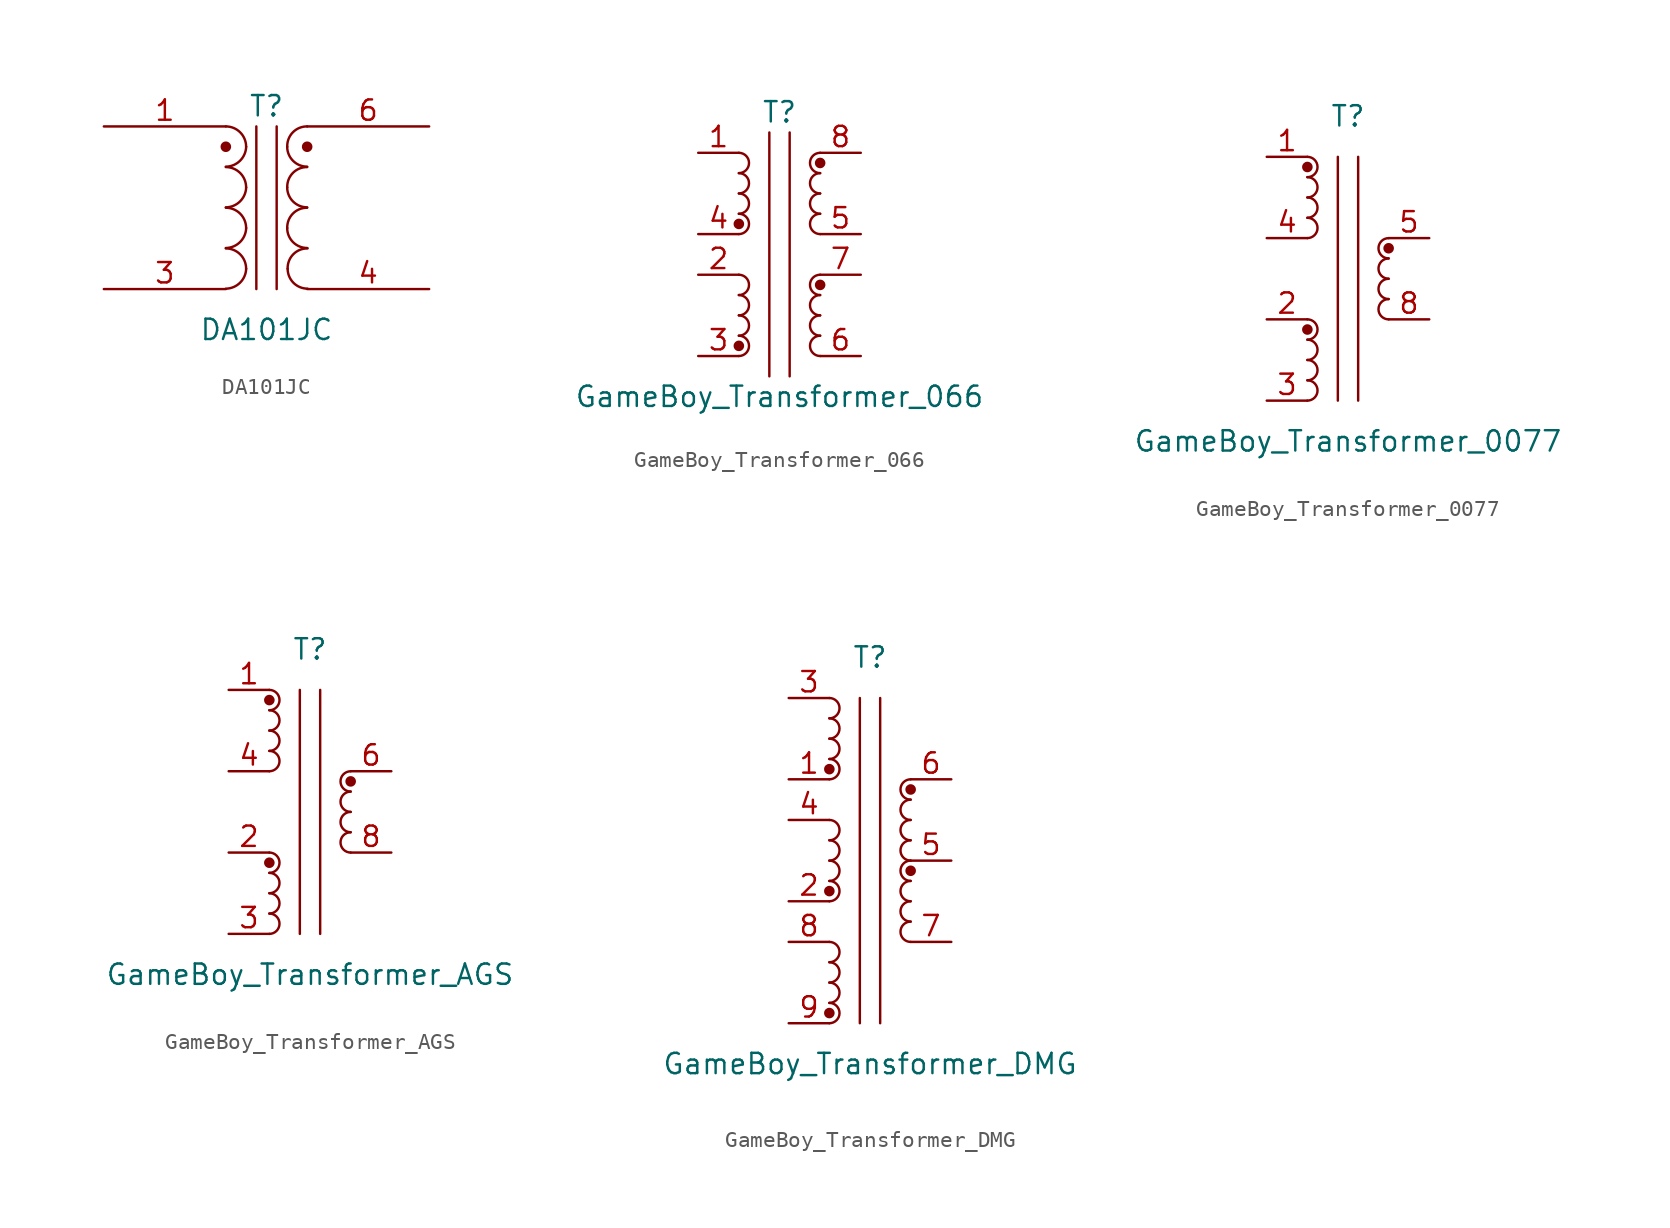
<source format=kicad_sym>
(kicad_symbol_lib
  (version 20241209)
  (generator "kicad_symbol_editor")
  (generator_version "9.0")
  (symbol "DA101JC"
    (pin_names
      (offset 1.016)
      (hide yes))
    (property "Reference" "T"
      (at 0 6.35 0)
      (effects (font (size 1.27 1.27))))
    (property "Value" "DA101JC"
      (at 0 -7.62 0)
      (effects (font (size 1.27 1.27))))
    (symbol "DA101JC_0_1"
      (arc (start -1.27 3.81) (mid -1.656 2.9336) (end -2.54 2.5654) (stroke (width 0) (type default)) (fill (type none)))
      (arc (start -1.27 1.27) (mid -1.656 0.3936) (end -2.54 0.0254) (stroke (width 0) (type default)) (fill (type none)))
      (arc (start -1.27 -1.27) (mid -1.656 -2.1464) (end -2.54 -2.5146) (stroke (width 0) (type default)) (fill (type none)))
      (arc (start -1.27 -3.81) (mid -1.656 -4.6864) (end -2.54 -5.0546) (stroke (width 0) (type default)) (fill (type none)))
      (arc (start -2.54 5.08) (mid -1.642 4.708) (end -1.27 3.81) (stroke (width 0) (type default)) (fill (type none)))
      (arc (start -2.54 2.54) (mid -1.642 2.168) (end -1.27 1.27) (stroke (width 0) (type default)) (fill (type none)))
      (arc (start -2.54 0) (mid -1.642 -0.372) (end -1.27 -1.27) (stroke (width 0) (type default)) (fill (type none)))
      (arc (start -2.54 -2.54) (mid -1.642 -2.912) (end -1.27 -3.81) (stroke (width 0) (type default)) (fill (type none)))
      (polyline (pts (xy -0.635 5.08) (xy -0.635 -5.08)) (stroke (width 0) (type default)) (fill (type none)))
      (polyline (pts (xy 0.635 -5.08) (xy 0.635 5.08)) (stroke (width 0) (type default)) (fill (type none)))
      (arc (start 1.2954 3.81) (mid 1.6457 4.7117) (end 2.54 5.08) (stroke (width 0) (type default)) (fill (type none)))
      (arc (start 1.2954 1.27) (mid 1.6457 2.1717) (end 2.54 2.54) (stroke (width 0) (type default)) (fill (type none)))
      (arc (start 1.2954 -1.27) (mid 1.6457 -0.3683) (end 2.54 0) (stroke (width 0) (type default)) (fill (type none)))
      (arc (start 2.54 2.5654) (mid 1.6599 2.9299) (end 1.2954 3.81) (stroke (width 0) (type default)) (fill (type none)))
      (arc (start 2.54 0.0254) (mid 1.6599 0.3899) (end 1.2954 1.27) (stroke (width 0) (type default)) (fill (type none)))
      (arc (start 2.54 -2.5146) (mid 1.6599 -2.1501) (end 1.2954 -1.27) (stroke (width 0) (type default)) (fill (type none)))
      (arc (start 1.3208 -3.81) (mid 1.6711 -2.9085) (end 2.5654 -2.54) (stroke (width 0) (type default)) (fill (type none)))
      (arc (start 2.5654 -5.0546) (mid 1.6851 -4.6902) (end 1.3208 -3.81) (stroke (width 0) (type default)) (fill (type none))))
    (symbol "DA101JC_1_1"
      (circle (center -2.54 3.81) (radius 0.254) (stroke (width 0) (type default)) (fill (type outline)))
      (circle (center 2.54 3.81) (radius 0.254) (stroke (width 0) (type default)) (fill (type outline)))
      (pin passive line (at -10.16 5.08 0) (length 7.62) (name "1" (effects (font (size 1.27 1.27)))) (number "1" (effects (font (size 1.27 1.27)))))
      (pin passive line (at -10.16 -5.08 0) (length 7.62) (name "3" (effects (font (size 1.27 1.27)))) (number "3" (effects (font (size 1.27 1.27)))))
      (pin no_connect line (at -2.54 2.54 0) (length 7.62) (hide yes) (name "NC" (effects (font (size 1.27 1.27)))) (number "2" (effects (font (size 1.27 1.27)))))
      (pin no_connect line (at 2.54 -2.54 180) (length 7.62) (hide yes) (name "5" (effects (font (size 1.27 1.27)))) (number "5" (effects (font (size 1.27 1.27)))))
      (pin passive line (at 10.16 5.08 180) (length 7.62) (name "6" (effects (font (size 1.27 1.27)))) (number "6" (effects (font (size 1.27 1.27)))))
      (pin passive line (at 10.16 -5.08 180) (length 7.62) (name "4" (effects (font (size 1.27 1.27)))) (number "4" (effects (font (size 1.27 1.27)))))))
  (symbol "GameBoy_Transformer_066"
    (property "Reference" "T"
      (at 0 8.89 0)
      (effects (font (size 1.27 1.27))))
    (property "Value" "GameBoy_Transformer_066"
      (at 0 -8.89 0)
      (effects (font (size 1.27 1.27))))
    (symbol "GameBoy_Transformer_066_0_1"
      (arc (start -2.54 6.35) (mid -1.9077 5.715) (end -2.54 5.08) (stroke (width 0) (type default)) (fill (type none)))
      (arc (start -2.54 5.08) (mid -1.9077 4.445) (end -2.54 3.81) (stroke (width 0) (type default)) (fill (type none)))
      (arc (start -2.54 3.81) (mid -1.9077 3.175) (end -2.54 2.54) (stroke (width 0) (type default)) (fill (type none)))
      (arc (start -2.54 2.54) (mid -1.9077 1.905) (end -2.54 1.27) (stroke (width 0) (type default)) (fill (type none)))
      (arc (start -2.54 -1.27) (mid -1.9077 -1.905) (end -2.54 -2.54) (stroke (width 0) (type default)) (fill (type none)))
      (arc (start -2.54 -2.54) (mid -1.9077 -3.175) (end -2.54 -3.81) (stroke (width 0) (type default)) (fill (type none)))
      (arc (start -2.54 -3.81) (mid -1.9077 -4.445) (end -2.54 -5.08) (stroke (width 0) (type default)) (fill (type none)))
      (arc (start -2.54 -5.08) (mid -1.9077 -5.715) (end -2.54 -6.35) (stroke (width 0) (type default)) (fill (type none)))
      (circle (center -2.54 1.905) (radius 0.254) (stroke (width 0) (type default)) (fill (type outline)))
      (circle (center -2.54 -5.715) (radius 0.254) (stroke (width 0) (type default)) (fill (type outline)))
      (polyline (pts (xy -0.635 7.62) (xy -0.635 -7.62)) (stroke (width 0) (type default)) (fill (type none)))
      (polyline (pts (xy 0.635 -7.62) (xy 0.635 7.62)) (stroke (width 0) (type default)) (fill (type none)))
      (circle (center 2.54 5.715) (radius 0.254) (stroke (width 0) (type default)) (fill (type outline)))
      (circle (center 2.54 -1.905) (radius 0.254) (stroke (width 0) (type default)) (fill (type outline)))
      (arc (start 2.54 5.08) (mid 1.9077 5.715) (end 2.54 6.35) (stroke (width 0) (type default)) (fill (type none)))
      (arc (start 2.54 3.81) (mid 1.9077 4.445) (end 2.54 5.08) (stroke (width 0) (type default)) (fill (type none)))
      (arc (start 2.54 2.54) (mid 1.9077 3.175) (end 2.54 3.81) (stroke (width 0) (type default)) (fill (type none)))
      (arc (start 2.54 1.27) (mid 1.9077 1.905) (end 2.54 2.54) (stroke (width 0) (type default)) (fill (type none)))
      (arc (start 2.54 -2.54) (mid 1.9077 -1.905) (end 2.54 -1.27) (stroke (width 0) (type default)) (fill (type none)))
      (arc (start 2.54 -3.81) (mid 1.9077 -3.175) (end 2.54 -2.54) (stroke (width 0) (type default)) (fill (type none)))
      (arc (start 2.54 -5.08) (mid 1.9077 -4.445) (end 2.54 -3.81) (stroke (width 0) (type default)) (fill (type none)))
      (arc (start 2.54 -6.35) (mid 1.9077 -5.715) (end 2.54 -5.08) (stroke (width 0) (type default)) (fill (type none))))
    (symbol "GameBoy_Transformer_066_1_1"
      (pin passive line (at -5.08 6.35 0) (length 2.54) (name "~" (effects (font (size 1.27 1.27)))) (number "1" (effects (font (size 1.27 1.27)))))
      (pin passive line (at -5.08 1.27 0) (length 2.54) (name "~" (effects (font (size 1.27 1.27)))) (number "4" (effects (font (size 1.27 1.27)))))
      (pin passive line (at -5.08 -1.27 0) (length 2.54) (name "~" (effects (font (size 1.27 1.27)))) (number "2" (effects (font (size 1.27 1.27)))))
      (pin passive line (at -5.08 -6.35 0) (length 2.54) (name "~" (effects (font (size 1.27 1.27)))) (number "3" (effects (font (size 1.27 1.27)))))
      (pin passive line (at 5.08 6.35 180) (length 2.54) (name "~" (effects (font (size 1.27 1.27)))) (number "8" (effects (font (size 1.27 1.27)))))
      (pin passive line (at 5.08 1.27 180) (length 2.54) (name "~" (effects (font (size 1.27 1.27)))) (number "5" (effects (font (size 1.27 1.27)))))
      (pin passive line (at 5.08 -1.27 180) (length 2.54) (name "~" (effects (font (size 1.27 1.27)))) (number "7" (effects (font (size 1.27 1.27)))))
      (pin passive line (at 5.08 -6.35 180) (length 2.54) (name "~" (effects (font (size 1.27 1.27)))) (number "6" (effects (font (size 1.27 1.27)))))))
  (symbol "GameBoy_Transformer_0077"
    (property "Reference" "T"
      (at 0 10.16 0)
      (effects (font (size 1.27 1.27))))
    (property "Value" "GameBoy_Transformer_0077"
      (at 0 -10.16 0)
      (effects (font (size 1.27 1.27))))
    (symbol "GameBoy_Transformer_0077_1_1"
      (arc (start -2.54 7.62) (mid -1.9077 6.985) (end -2.54 6.35) (stroke (width 0) (type default)) (fill (type none)))
      (arc (start -2.54 6.35) (mid -1.9077 5.715) (end -2.54 5.08) (stroke (width 0) (type default)) (fill (type none)))
      (arc (start -2.54 5.08) (mid -1.9077 4.445) (end -2.54 3.81) (stroke (width 0) (type default)) (fill (type none)))
      (arc (start -2.54 3.81) (mid -1.9077 3.175) (end -2.54 2.54) (stroke (width 0) (type default)) (fill (type none)))
      (arc (start -2.54 -2.54) (mid -1.9077 -3.175) (end -2.54 -3.81) (stroke (width 0) (type default)) (fill (type none)))
      (arc (start -2.54 -3.81) (mid -1.9077 -4.445) (end -2.54 -5.08) (stroke (width 0) (type default)) (fill (type none)))
      (arc (start -2.54 -5.08) (mid -1.9077 -5.715) (end -2.54 -6.35) (stroke (width 0) (type default)) (fill (type none)))
      (arc (start -2.54 -6.35) (mid -1.9077 -6.985) (end -2.54 -7.62) (stroke (width 0) (type default)) (fill (type none)))
      (circle (center -2.54 6.985) (radius 0.254) (stroke (width 0) (type default)) (fill (type outline)))
      (circle (center -2.54 -3.175) (radius 0.254) (stroke (width 0) (type default)) (fill (type outline)))
      (polyline (pts (xy -0.635 7.62) (xy -0.635 -7.62)) (stroke (width 0) (type default)) (fill (type none)))
      (polyline (pts (xy 0.635 -7.62) (xy 0.635 7.62)) (stroke (width 0) (type default)) (fill (type none)))
      (circle (center 2.54 1.905) (radius 0.254) (stroke (width 0) (type default)) (fill (type outline)))
      (arc (start 2.54 1.27) (mid 1.9077 1.905) (end 2.54 2.54) (stroke (width 0) (type default)) (fill (type none)))
      (arc (start 2.54 0) (mid 1.9077 0.635) (end 2.54 1.27) (stroke (width 0) (type default)) (fill (type none)))
      (arc (start 2.54 -1.27) (mid 1.9077 -0.635) (end 2.54 0) (stroke (width 0) (type default)) (fill (type none)))
      (arc (start 2.54 -2.54) (mid 1.9077 -1.905) (end 2.54 -1.27) (stroke (width 0) (type default)) (fill (type none)))
      (pin passive line (at -5.08 7.62 0) (length 2.54) (name "~" (effects (font (size 1.27 1.27)))) (number "1" (effects (font (size 1.27 1.27)))))
      (pin passive line (at -5.08 2.54 0) (length 2.54) (name "~" (effects (font (size 1.27 1.27)))) (number "4" (effects (font (size 1.27 1.27)))))
      (pin passive line (at -5.08 -2.54 0) (length 2.54) (name "~" (effects (font (size 1.27 1.27)))) (number "2" (effects (font (size 1.27 1.27)))))
      (pin passive line (at -5.08 -7.62 0) (length 2.54) (name "~" (effects (font (size 1.27 1.27)))) (number "3" (effects (font (size 1.27 1.27)))))
      (pin no_connect line (at 0 5.08 0) (length 2.54) (hide yes) (name "NC" (effects (font (size 1.27 1.27)))) (number "6" (effects (font (size 1.27 1.27)))))
      (pin no_connect line (at 0 -5.08 0) (length 2.54) (hide yes) (name "NC" (effects (font (size 1.27 1.27)))) (number "7" (effects (font (size 1.27 1.27)))))
      (pin passive line (at 5.08 2.54 180) (length 2.54) (name "~" (effects (font (size 1.27 1.27)))) (number "5" (effects (font (size 1.27 1.27)))))
      (pin passive line (at 5.08 -2.54 180) (length 2.54) (name "~" (effects (font (size 1.27 1.27)))) (number "8" (effects (font (size 1.27 1.27)))))))
  (symbol "GameBoy_Transformer_AGS"
    (property "Reference" "T"
      (at 0 10.16 0)
      (effects (font (size 1.27 1.27))))
    (property "Value" "GameBoy_Transformer_AGS"
      (at 0 -10.16 0)
      (effects (font (size 1.27 1.27))))
    (symbol "GameBoy_Transformer_AGS_1_1"
      (arc (start -2.54 7.62) (mid -1.9077 6.985) (end -2.54 6.35) (stroke (width 0) (type default)) (fill (type none)))
      (arc (start -2.54 6.35) (mid -1.9077 5.715) (end -2.54 5.08) (stroke (width 0) (type default)) (fill (type none)))
      (arc (start -2.54 5.08) (mid -1.9077 4.445) (end -2.54 3.81) (stroke (width 0) (type default)) (fill (type none)))
      (arc (start -2.54 3.81) (mid -1.9077 3.175) (end -2.54 2.54) (stroke (width 0) (type default)) (fill (type none)))
      (arc (start -2.54 -2.54) (mid -1.9077 -3.175) (end -2.54 -3.81) (stroke (width 0) (type default)) (fill (type none)))
      (arc (start -2.54 -3.81) (mid -1.9077 -4.445) (end -2.54 -5.08) (stroke (width 0) (type default)) (fill (type none)))
      (arc (start -2.54 -5.08) (mid -1.9077 -5.715) (end -2.54 -6.35) (stroke (width 0) (type default)) (fill (type none)))
      (arc (start -2.54 -6.35) (mid -1.9077 -6.985) (end -2.54 -7.62) (stroke (width 0) (type default)) (fill (type none)))
      (circle (center -2.54 6.985) (radius 0.254) (stroke (width 0) (type default)) (fill (type outline)))
      (circle (center -2.54 -3.175) (radius 0.254) (stroke (width 0) (type default)) (fill (type outline)))
      (polyline (pts (xy -0.635 7.62) (xy -0.635 -7.62)) (stroke (width 0) (type default)) (fill (type none)))
      (polyline (pts (xy 0.635 -7.62) (xy 0.635 7.62)) (stroke (width 0) (type default)) (fill (type none)))
      (circle (center 2.54 1.905) (radius 0.254) (stroke (width 0) (type default)) (fill (type outline)))
      (arc (start 2.54 1.27) (mid 1.9077 1.905) (end 2.54 2.54) (stroke (width 0) (type default)) (fill (type none)))
      (arc (start 2.54 0) (mid 1.9077 0.635) (end 2.54 1.27) (stroke (width 0) (type default)) (fill (type none)))
      (arc (start 2.54 -1.27) (mid 1.9077 -0.635) (end 2.54 0) (stroke (width 0) (type default)) (fill (type none)))
      (arc (start 2.54 -2.54) (mid 1.9077 -1.905) (end 2.54 -1.27) (stroke (width 0) (type default)) (fill (type none)))
      (pin passive line (at -5.08 7.62 0) (length 2.54) (name "~" (effects (font (size 1.27 1.27)))) (number "1" (effects (font (size 1.27 1.27)))))
      (pin passive line (at -5.08 2.54 0) (length 2.54) (name "~" (effects (font (size 1.27 1.27)))) (number "4" (effects (font (size 1.27 1.27)))))
      (pin passive line (at -5.08 -2.54 0) (length 2.54) (name "~" (effects (font (size 1.27 1.27)))) (number "2" (effects (font (size 1.27 1.27)))))
      (pin passive line (at -5.08 -7.62 0) (length 2.54) (name "~" (effects (font (size 1.27 1.27)))) (number "3" (effects (font (size 1.27 1.27)))))
      (pin no_connect line (at 0 5.08 0) (length 2.54) (hide yes) (name "NC" (effects (font (size 1.27 1.27)))) (number "5" (effects (font (size 1.27 1.27)))))
      (pin no_connect line (at 0 -5.08 0) (length 2.54) (hide yes) (name "NC" (effects (font (size 1.27 1.27)))) (number "7" (effects (font (size 1.27 1.27)))))
      (pin passive line (at 5.08 2.54 180) (length 2.54) (name "~" (effects (font (size 1.27 1.27)))) (number "6" (effects (font (size 1.27 1.27)))))
      (pin passive line (at 5.08 -2.54 180) (length 2.54) (name "~" (effects (font (size 1.27 1.27)))) (number "8" (effects (font (size 1.27 1.27)))))))
  (symbol "GameBoy_Transformer_DMG"
    (property "Reference" "T"
      (at 0 12.7 0)
      (effects (font (size 1.27 1.27))))
    (property "Value" "GameBoy_Transformer_DMG"
      (at 0 -12.7 0)
      (effects (font (size 1.27 1.27))))
    (symbol "GameBoy_Transformer_DMG_0_1"
      (arc (start -2.54 10.16) (mid -1.9077 9.525) (end -2.54 8.89) (stroke (width 0) (type default)) (fill (type none)))
      (arc (start -2.54 8.89) (mid -1.9077 8.255) (end -2.54 7.62) (stroke (width 0) (type default)) (fill (type none)))
      (arc (start -2.54 7.62) (mid -1.9077 6.985) (end -2.54 6.35) (stroke (width 0) (type default)) (fill (type none)))
      (arc (start -2.54 6.35) (mid -1.9077 5.715) (end -2.54 5.08) (stroke (width 0) (type default)) (fill (type none)))
      (arc (start -2.54 2.54) (mid -1.9077 1.905) (end -2.54 1.27) (stroke (width 0) (type default)) (fill (type none)))
      (arc (start -2.54 1.27) (mid -1.9077 0.635) (end -2.54 0) (stroke (width 0) (type default)) (fill (type none)))
      (arc (start -2.54 0) (mid -1.9077 -0.635) (end -2.54 -1.27) (stroke (width 0) (type default)) (fill (type none)))
      (arc (start -2.54 -1.27) (mid -1.9077 -1.905) (end -2.54 -2.54) (stroke (width 0) (type default)) (fill (type none)))
      (arc (start -2.54 -5.08) (mid -1.9077 -5.715) (end -2.54 -6.35) (stroke (width 0) (type default)) (fill (type none)))
      (arc (start -2.54 -6.35) (mid -1.9077 -6.985) (end -2.54 -7.62) (stroke (width 0) (type default)) (fill (type none)))
      (arc (start -2.54 -7.62) (mid -1.9077 -8.255) (end -2.54 -8.89) (stroke (width 0) (type default)) (fill (type none)))
      (arc (start -2.54 -8.89) (mid -1.9077 -9.525) (end -2.54 -10.16) (stroke (width 0) (type default)) (fill (type none)))
      (circle (center -2.54 5.715) (radius 0.254) (stroke (width 0) (type default)) (fill (type outline)))
      (circle (center -2.54 -1.905) (radius 0.254) (stroke (width 0) (type default)) (fill (type outline)))
      (circle (center -2.54 -9.525) (radius 0.254) (stroke (width 0) (type default)) (fill (type outline)))
      (polyline (pts (xy -0.635 10.16) (xy -0.635 -10.16)) (stroke (width 0) (type default)) (fill (type none)))
      (polyline (pts (xy 0.635 -10.16) (xy 0.635 10.16)) (stroke (width 0) (type default)) (fill (type none)))
      (circle (center 2.54 4.445) (radius 0.254) (stroke (width 0) (type default)) (fill (type outline)))
      (circle (center 2.54 -0.635) (radius 0.254) (stroke (width 0) (type default)) (fill (type outline)))
      (arc (start 2.54 3.81) (mid 1.9077 4.445) (end 2.54 5.08) (stroke (width 0) (type default)) (fill (type none)))
      (arc (start 2.54 2.54) (mid 1.9077 3.175) (end 2.54 3.81) (stroke (width 0) (type default)) (fill (type none)))
      (arc (start 2.54 1.27) (mid 1.9077 1.905) (end 2.54 2.54) (stroke (width 0) (type default)) (fill (type none)))
      (arc (start 2.54 0) (mid 1.9077 0.635) (end 2.54 1.27) (stroke (width 0) (type default)) (fill (type none)))
      (arc (start 2.54 -1.27) (mid 1.9077 -0.635) (end 2.54 0) (stroke (width 0) (type default)) (fill (type none)))
      (arc (start 2.54 -2.54) (mid 1.9077 -1.905) (end 2.54 -1.27) (stroke (width 0) (type default)) (fill (type none)))
      (arc (start 2.54 -3.81) (mid 1.9077 -3.175) (end 2.54 -2.54) (stroke (width 0) (type default)) (fill (type none)))
      (arc (start 2.54 -5.08) (mid 1.9077 -4.445) (end 2.54 -3.81) (stroke (width 0) (type default)) (fill (type none))))
    (symbol "GameBoy_Transformer_DMG_1_1"
      (pin passive line (at -5.08 10.16 0) (length 2.54) (name "~" (effects (font (size 1.27 1.27)))) (number "3" (effects (font (size 1.27 1.27)))))
      (pin passive line (at -5.08 5.08 0) (length 2.54) (name "~" (effects (font (size 1.27 1.27)))) (number "1" (effects (font (size 1.27 1.27)))))
      (pin passive line (at -5.08 2.54 0) (length 2.54) (name "~" (effects (font (size 1.27 1.27)))) (number "4" (effects (font (size 1.27 1.27)))))
      (pin passive line (at -5.08 -2.54 0) (length 2.54) (name "~" (effects (font (size 1.27 1.27)))) (number "2" (effects (font (size 1.27 1.27)))))
      (pin passive line (at -5.08 -5.08 0) (length 2.54) (name "~" (effects (font (size 1.27 1.27)))) (number "8" (effects (font (size 1.27 1.27)))))
      (pin passive line (at -5.08 -10.16 0) (length 2.54) (name "~" (effects (font (size 1.27 1.27)))) (number "9" (effects (font (size 1.27 1.27)))))
      (pin passive line (at 5.08 5.08 180) (length 2.54) (name "~" (effects (font (size 1.27 1.27)))) (number "6" (effects (font (size 1.27 1.27)))))
      (pin passive line (at 5.08 0 180) (length 2.54) (name "~" (effects (font (size 1.27 1.27)))) (number "5" (effects (font (size 1.27 1.27)))))
      (pin passive line (at 5.08 -5.08 180) (length 2.54) (name "~" (effects (font (size 1.27 1.27)))) (number "7" (effects (font (size 1.27 1.27))))))))
</source>
